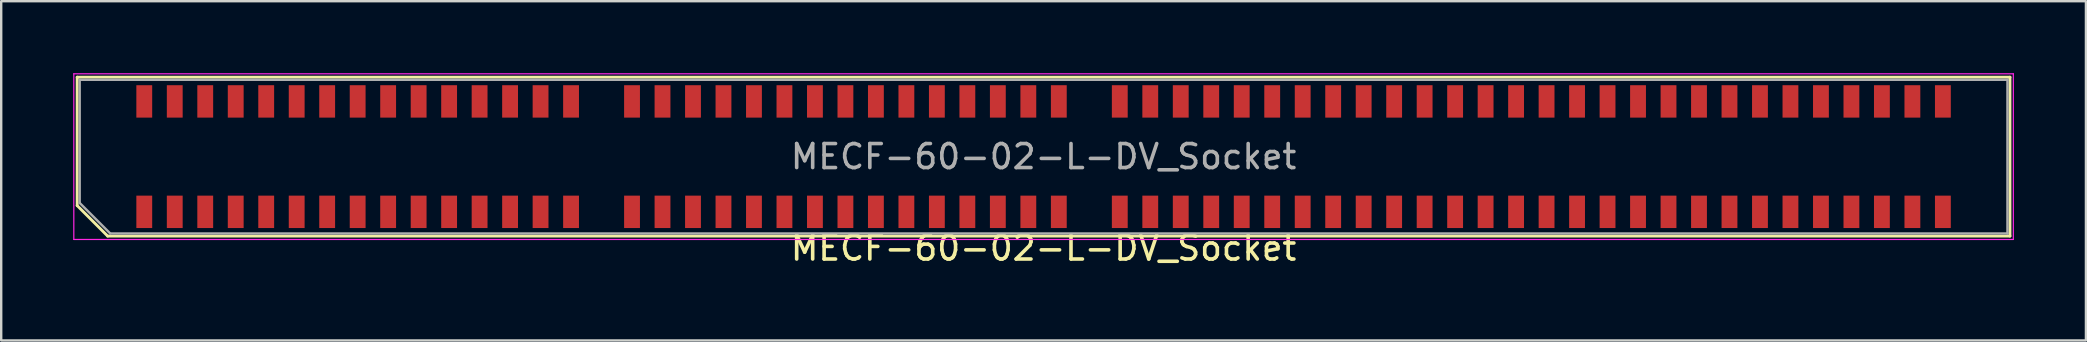
<source format=kicad_pcb>
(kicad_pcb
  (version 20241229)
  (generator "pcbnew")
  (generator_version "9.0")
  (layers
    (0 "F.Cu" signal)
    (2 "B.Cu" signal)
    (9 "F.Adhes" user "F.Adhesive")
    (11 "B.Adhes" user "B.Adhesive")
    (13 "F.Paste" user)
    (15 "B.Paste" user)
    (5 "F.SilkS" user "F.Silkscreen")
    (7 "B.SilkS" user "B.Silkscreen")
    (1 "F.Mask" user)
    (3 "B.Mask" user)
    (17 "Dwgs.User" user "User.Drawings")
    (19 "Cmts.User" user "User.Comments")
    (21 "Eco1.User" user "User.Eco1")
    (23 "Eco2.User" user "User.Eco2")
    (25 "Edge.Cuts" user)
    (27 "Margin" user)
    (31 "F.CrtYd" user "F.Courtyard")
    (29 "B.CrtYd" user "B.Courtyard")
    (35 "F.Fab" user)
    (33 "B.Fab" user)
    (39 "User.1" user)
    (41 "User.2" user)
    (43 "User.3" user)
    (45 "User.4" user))
  (footprint "MECF-60-02-L-DV_Socket"
    (layer "F.Cu")
    (at 40.425 3.475)
    (property "Reference" "MECF-60-02-L-DV_Socket" (at 0 3.81 0) (layer "F.SilkS") (effects (font (size 1 1) (thickness 0.15))))
    (attr smd)
    (fp_line (start -40.26 -3.31) (end 40.26 -3.31) (stroke (width 0.12) (type solid)) (layer "F.SilkS"))
    (fp_line (start -40.26 2.04) (end -40.26 -3.31) (stroke (width 0.12) (type solid)) (layer "F.SilkS"))
    (fp_line (start -38.99 3.31) (end -40.26 2.04) (stroke (width 0.12) (type solid)) (layer "F.SilkS"))
    (fp_line (start -38.99 3.31) (end 40.26 3.31) (stroke (width 0.12) (type solid)) (layer "F.SilkS"))
    (fp_line (start 40.26 3.31) (end 40.26 -3.31) (stroke (width 0.12) (type solid)) (layer "F.SilkS"))
    (fp_line (start -40.4 -3.45) (end -40.4 3.45) (stroke (width 0.05) (type solid)) (layer "F.CrtYd"))
    (fp_line (start -40.4 3.45) (end 40.4 3.45) (stroke (width 0.05) (type solid)) (layer "F.CrtYd"))
    (fp_line (start 40.4 -3.45) (end -40.4 -3.45) (stroke (width 0.05) (type solid)) (layer "F.CrtYd"))
    (fp_line (start 40.4 3.45) (end 40.4 -3.45) (stroke (width 0.05) (type solid)) (layer "F.CrtYd"))
    (fp_line (start -40.155 -3.2) (end 40.155 -3.2) (stroke (width 0.1) (type solid)) (layer "F.Fab"))
    (fp_line (start -40.155 1.93) (end -40.155 -3.2) (stroke (width 0.1) (type solid)) (layer "F.Fab"))
    (fp_line (start -40.155 1.93) (end -38.885 3.2) (stroke (width 0.1) (type solid)) (layer "F.Fab"))
    (fp_line (start -38.885 3.2) (end 40.155 3.2) (stroke (width 0.1) (type solid)) (layer "F.Fab"))
    (fp_line (start 40.155 3.2) (end 40.155 -3.2) (stroke (width 0.1) (type solid)) (layer "F.Fab"))
    (fp_text user "${REFERENCE}" (at 0 0 0) (layer "F.Fab") (effects (font (size 1 1) (thickness 0.15))))
    (pad "" np_thru_hole circle (at -39.245 0) (size 0.001 0.001) (drill 1.45) (layers "*.Cu" "*.Mask"))
    (pad "" np_thru_hole circle (at 39.245 1) (size 0.001 0.001) (drill 1.45) (layers "*.Cu" "*.Mask"))
    (pad "1" smd rect (at -37.465 2.3) (size 0.66 1.35) (layers "F.Cu" "F.Mask" "F.Paste"))
    (pad "2" smd rect (at -37.465 -2.3) (size 0.66 1.35) (layers "F.Cu" "F.Mask" "F.Paste"))
    (pad "3" smd rect (at -36.195 2.3) (size 0.66 1.35) (layers "F.Cu" "F.Mask" "F.Paste"))
    (pad "4" smd rect (at -36.195 -2.3) (size 0.66 1.35) (layers "F.Cu" "F.Mask" "F.Paste"))
    (pad "5" smd rect (at -34.925 2.3) (size 0.66 1.35) (layers "F.Cu" "F.Mask" "F.Paste"))
    (pad "6" smd rect (at -34.925 -2.3) (size 0.66 1.35) (layers "F.Cu" "F.Mask" "F.Paste"))
    (pad "7" smd rect (at -33.655 2.3) (size 0.66 1.35) (layers "F.Cu" "F.Mask" "F.Paste"))
    (pad "8" smd rect (at -33.655 -2.3) (size 0.66 1.35) (layers "F.Cu" "F.Mask" "F.Paste"))
    (pad "9" smd rect (at -32.385 2.3) (size 0.66 1.35) (layers "F.Cu" "F.Mask" "F.Paste"))
    (pad "10" smd rect (at -32.385 -2.3) (size 0.66 1.35) (layers "F.Cu" "F.Mask" "F.Paste"))
    (pad "11" smd rect (at -31.115 2.3) (size 0.66 1.35) (layers "F.Cu" "F.Mask" "F.Paste"))
    (pad "12" smd rect (at -31.115 -2.3) (size 0.66 1.35) (layers "F.Cu" "F.Mask" "F.Paste"))
    (pad "13" smd rect (at -29.845 2.3) (size 0.66 1.35) (layers "F.Cu" "F.Mask" "F.Paste"))
    (pad "14" smd rect (at -29.845 -2.3) (size 0.66 1.35) (layers "F.Cu" "F.Mask" "F.Paste"))
    (pad "15" smd rect (at -28.575 2.3) (size 0.66 1.35) (layers "F.Cu" "F.Mask" "F.Paste"))
    (pad "16" smd rect (at -28.575 -2.3) (size 0.66 1.35) (layers "F.Cu" "F.Mask" "F.Paste"))
    (pad "17" smd rect (at -27.305 2.3) (size 0.66 1.35) (layers "F.Cu" "F.Mask" "F.Paste"))
    (pad "18" smd rect (at -27.305 -2.3) (size 0.66 1.35) (layers "F.Cu" "F.Mask" "F.Paste"))
    (pad "19" smd rect (at -26.035 2.3) (size 0.66 1.35) (layers "F.Cu" "F.Mask" "F.Paste"))
    (pad "20" smd rect (at -26.035 -2.3) (size 0.66 1.35) (layers "F.Cu" "F.Mask" "F.Paste"))
    (pad "21" smd rect (at -24.765 2.3) (size 0.66 1.35) (layers "F.Cu" "F.Mask" "F.Paste"))
    (pad "22" smd rect (at -24.765 -2.3) (size 0.66 1.35) (layers "F.Cu" "F.Mask" "F.Paste"))
    (pad "23" smd rect (at -23.495 2.3) (size 0.66 1.35) (layers "F.Cu" "F.Mask" "F.Paste"))
    (pad "24" smd rect (at -23.495 -2.3) (size 0.66 1.35) (layers "F.Cu" "F.Mask" "F.Paste"))
    (pad "25" smd rect (at -22.225 2.3) (size 0.66 1.35) (layers "F.Cu" "F.Mask" "F.Paste"))
    (pad "26" smd rect (at -22.225 -2.3) (size 0.66 1.35) (layers "F.Cu" "F.Mask" "F.Paste"))
    (pad "27" smd rect (at -20.955 2.3) (size 0.66 1.35) (layers "F.Cu" "F.Mask" "F.Paste"))
    (pad "28" smd rect (at -20.955 -2.3) (size 0.66 1.35) (layers "F.Cu" "F.Mask" "F.Paste"))
    (pad "29" smd rect (at -19.685 2.3) (size 0.66 1.35) (layers "F.Cu" "F.Mask" "F.Paste"))
    (pad "30" smd rect (at -19.685 -2.3) (size 0.66 1.35) (layers "F.Cu" "F.Mask" "F.Paste"))
    (pad "33" smd rect (at -17.145 2.3) (size 0.66 1.35) (layers "F.Cu" "F.Mask" "F.Paste"))
    (pad "34" smd rect (at -17.145 -2.3) (size 0.66 1.35) (layers "F.Cu" "F.Mask" "F.Paste"))
    (pad "35" smd rect (at -15.875 2.3) (size 0.66 1.35) (layers "F.Cu" "F.Mask" "F.Paste"))
    (pad "36" smd rect (at -15.875 -2.3) (size 0.66 1.35) (layers "F.Cu" "F.Mask" "F.Paste"))
    (pad "37" smd rect (at -14.605 2.3) (size 0.66 1.35) (layers "F.Cu" "F.Mask" "F.Paste"))
    (pad "38" smd rect (at -14.605 -2.3) (size 0.66 1.35) (layers "F.Cu" "F.Mask" "F.Paste"))
    (pad "39" smd rect (at -13.335 2.3) (size 0.66 1.35) (layers "F.Cu" "F.Mask" "F.Paste"))
    (pad "40" smd rect (at -13.335 -2.3) (size 0.66 1.35) (layers "F.Cu" "F.Mask" "F.Paste"))
    (pad "41" smd rect (at -12.065 2.3) (size 0.66 1.35) (layers "F.Cu" "F.Mask" "F.Paste"))
    (pad "42" smd rect (at -12.065 -2.3) (size 0.66 1.35) (layers "F.Cu" "F.Mask" "F.Paste"))
    (pad "43" smd rect (at -10.795 2.3) (size 0.66 1.35) (layers "F.Cu" "F.Mask" "F.Paste"))
    (pad "44" smd rect (at -10.795 -2.3) (size 0.66 1.35) (layers "F.Cu" "F.Mask" "F.Paste"))
    (pad "45" smd rect (at -9.525 2.3) (size 0.66 1.35) (layers "F.Cu" "F.Mask" "F.Paste"))
    (pad "46" smd rect (at -9.525 -2.3) (size 0.66 1.35) (layers "F.Cu" "F.Mask" "F.Paste"))
    (pad "47" smd rect (at -8.255 2.3) (size 0.66 1.35) (layers "F.Cu" "F.Mask" "F.Paste"))
    (pad "48" smd rect (at -8.255 -2.3) (size 0.66 1.35) (layers "F.Cu" "F.Mask" "F.Paste"))
    (pad "49" smd rect (at -6.985 2.3) (size 0.66 1.35) (layers "F.Cu" "F.Mask" "F.Paste"))
    (pad "50" smd rect (at -6.985 -2.3) (size 0.66 1.35) (layers "F.Cu" "F.Mask" "F.Paste"))
    (pad "51" smd rect (at -5.715 2.3) (size 0.66 1.35) (layers "F.Cu" "F.Mask" "F.Paste"))
    (pad "52" smd rect (at -5.715 -2.3) (size 0.66 1.35) (layers "F.Cu" "F.Mask" "F.Paste"))
    (pad "53" smd rect (at -4.445 2.3) (size 0.66 1.35) (layers "F.Cu" "F.Mask" "F.Paste"))
    (pad "54" smd rect (at -4.445 -2.3) (size 0.66 1.35) (layers "F.Cu" "F.Mask" "F.Paste"))
    (pad "55" smd rect (at -3.175 2.3) (size 0.66 1.35) (layers "F.Cu" "F.Mask" "F.Paste"))
    (pad "56" smd rect (at -3.175 -2.3) (size 0.66 1.35) (layers "F.Cu" "F.Mask" "F.Paste"))
    (pad "57" smd rect (at -1.905 2.3) (size 0.66 1.35) (layers "F.Cu" "F.Mask" "F.Paste"))
    (pad "58" smd rect (at -1.905 -2.3) (size 0.66 1.35) (layers "F.Cu" "F.Mask" "F.Paste"))
    (pad "59" smd rect (at -0.635 2.3) (size 0.66 1.35) (layers "F.Cu" "F.Mask" "F.Paste"))
    (pad "60" smd rect (at -0.635 -2.3) (size 0.66 1.35) (layers "F.Cu" "F.Mask" "F.Paste"))
    (pad "61" smd rect (at 0.635 2.3) (size 0.66 1.35) (layers "F.Cu" "F.Mask" "F.Paste"))
    (pad "62" smd rect (at 0.635 -2.3) (size 0.66 1.35) (layers "F.Cu" "F.Mask" "F.Paste"))
    (pad "65" smd rect (at 3.175 2.3) (size 0.66 1.35) (layers "F.Cu" "F.Mask" "F.Paste"))
    (pad "66" smd rect (at 3.175 -2.3) (size 0.66 1.35) (layers "F.Cu" "F.Mask" "F.Paste"))
    (pad "67" smd rect (at 4.445 2.3) (size 0.66 1.35) (layers "F.Cu" "F.Mask" "F.Paste"))
    (pad "68" smd rect (at 4.445 -2.3) (size 0.66 1.35) (layers "F.Cu" "F.Mask" "F.Paste"))
    (pad "69" smd rect (at 5.715 2.3) (size 0.66 1.35) (layers "F.Cu" "F.Mask" "F.Paste"))
    (pad "70" smd rect (at 5.715 -2.3) (size 0.66 1.35) (layers "F.Cu" "F.Mask" "F.Paste"))
    (pad "71" smd rect (at 6.985 2.3) (size 0.66 1.35) (layers "F.Cu" "F.Mask" "F.Paste"))
    (pad "72" smd rect (at 6.985 -2.3) (size 0.66 1.35) (layers "F.Cu" "F.Mask" "F.Paste"))
    (pad "73" smd rect (at 8.255 2.3) (size 0.66 1.35) (layers "F.Cu" "F.Mask" "F.Paste"))
    (pad "74" smd rect (at 8.255 -2.3) (size 0.66 1.35) (layers "F.Cu" "F.Mask" "F.Paste"))
    (pad "75" smd rect (at 9.525 2.3) (size 0.66 1.35) (layers "F.Cu" "F.Mask" "F.Paste"))
    (pad "76" smd rect (at 9.525 -2.3) (size 0.66 1.35) (layers "F.Cu" "F.Mask" "F.Paste"))
    (pad "77" smd rect (at 10.795 2.3) (size 0.66 1.35) (layers "F.Cu" "F.Mask" "F.Paste"))
    (pad "78" smd rect (at 10.795 -2.3) (size 0.66 1.35) (layers "F.Cu" "F.Mask" "F.Paste"))
    (pad "79" smd rect (at 12.065 2.3) (size 0.66 1.35) (layers "F.Cu" "F.Mask" "F.Paste"))
    (pad "80" smd rect (at 12.065 -2.3) (size 0.66 1.35) (layers "F.Cu" "F.Mask" "F.Paste"))
    (pad "81" smd rect (at 13.335 2.3) (size 0.66 1.35) (layers "F.Cu" "F.Mask" "F.Paste"))
    (pad "82" smd rect (at 13.335 -2.3) (size 0.66 1.35) (layers "F.Cu" "F.Mask" "F.Paste"))
    (pad "83" smd rect (at 14.605 2.3) (size 0.66 1.35) (layers "F.Cu" "F.Mask" "F.Paste"))
    (pad "84" smd rect (at 14.605 -2.3) (size 0.66 1.35) (layers "F.Cu" "F.Mask" "F.Paste"))
    (pad "85" smd rect (at 15.875 2.3) (size 0.66 1.35) (layers "F.Cu" "F.Mask" "F.Paste"))
    (pad "86" smd rect (at 15.875 -2.3) (size 0.66 1.35) (layers "F.Cu" "F.Mask" "F.Paste"))
    (pad "87" smd rect (at 17.145 2.3) (size 0.66 1.35) (layers "F.Cu" "F.Mask" "F.Paste"))
    (pad "88" smd rect (at 17.145 -2.3) (size 0.66 1.35) (layers "F.Cu" "F.Mask" "F.Paste"))
    (pad "89" smd rect (at 18.415 2.3) (size 0.66 1.35) (layers "F.Cu" "F.Mask" "F.Paste"))
    (pad "90" smd rect (at 18.415 -2.3) (size 0.66 1.35) (layers "F.Cu" "F.Mask" "F.Paste"))
    (pad "91" smd rect (at 19.685 2.3) (size 0.66 1.35) (layers "F.Cu" "F.Mask" "F.Paste"))
    (pad "92" smd rect (at 19.685 -2.3) (size 0.66 1.35) (layers "F.Cu" "F.Mask" "F.Paste"))
    (pad "93" smd rect (at 20.955 2.3) (size 0.66 1.35) (layers "F.Cu" "F.Mask" "F.Paste"))
    (pad "94" smd rect (at 20.955 -2.3) (size 0.66 1.35) (layers "F.Cu" "F.Mask" "F.Paste"))
    (pad "95" smd rect (at 22.225 2.3) (size 0.66 1.35) (layers "F.Cu" "F.Mask" "F.Paste"))
    (pad "96" smd rect (at 22.225 -2.3) (size 0.66 1.35) (layers "F.Cu" "F.Mask" "F.Paste"))
    (pad "97" smd rect (at 23.495 2.3) (size 0.66 1.35) (layers "F.Cu" "F.Mask" "F.Paste"))
    (pad "98" smd rect (at 23.495 -2.3) (size 0.66 1.35) (layers "F.Cu" "F.Mask" "F.Paste"))
    (pad "99" smd rect (at 24.765 2.3) (size 0.66 1.35) (layers "F.Cu" "F.Mask" "F.Paste"))
    (pad "100" smd rect (at 24.765 -2.3) (size 0.66 1.35) (layers "F.Cu" "F.Mask" "F.Paste"))
    (pad "101" smd rect (at 26.035 2.3) (size 0.66 1.35) (layers "F.Cu" "F.Mask" "F.Paste"))
    (pad "102" smd rect (at 26.035 -2.3) (size 0.66 1.35) (layers "F.Cu" "F.Mask" "F.Paste"))
    (pad "103" smd rect (at 27.305 2.3) (size 0.66 1.35) (layers "F.Cu" "F.Mask" "F.Paste"))
    (pad "104" smd rect (at 27.305 -2.3) (size 0.66 1.35) (layers "F.Cu" "F.Mask" "F.Paste"))
    (pad "105" smd rect (at 28.575 2.3) (size 0.66 1.35) (layers "F.Cu" "F.Mask" "F.Paste"))
    (pad "106" smd rect (at 28.575 -2.3) (size 0.66 1.35) (layers "F.Cu" "F.Mask" "F.Paste"))
    (pad "107" smd rect (at 29.845 2.3) (size 0.66 1.35) (layers "F.Cu" "F.Mask" "F.Paste"))
    (pad "108" smd rect (at 29.845 -2.3) (size 0.66 1.35) (layers "F.Cu" "F.Mask" "F.Paste"))
    (pad "109" smd rect (at 31.115 2.3) (size 0.66 1.35) (layers "F.Cu" "F.Mask" "F.Paste"))
    (pad "110" smd rect (at 31.115 -2.3) (size 0.66 1.35) (layers "F.Cu" "F.Mask" "F.Paste"))
    (pad "111" smd rect (at 32.385 2.3) (size 0.66 1.35) (layers "F.Cu" "F.Mask" "F.Paste"))
    (pad "112" smd rect (at 32.385 -2.3) (size 0.66 1.35) (layers "F.Cu" "F.Mask" "F.Paste"))
    (pad "113" smd rect (at 33.655 2.3) (size 0.66 1.35) (layers "F.Cu" "F.Mask" "F.Paste"))
    (pad "114" smd rect (at 33.655 -2.3) (size 0.66 1.35) (layers "F.Cu" "F.Mask" "F.Paste"))
    (pad "115" smd rect (at 34.925 2.3) (size 0.66 1.35) (layers "F.Cu" "F.Mask" "F.Paste"))
    (pad "116" smd rect (at 34.925 -2.3) (size 0.66 1.35) (layers "F.Cu" "F.Mask" "F.Paste"))
    (pad "117" smd rect (at 36.195 2.3) (size 0.66 1.35) (layers "F.Cu" "F.Mask" "F.Paste"))
    (pad "118" smd rect (at 36.195 -2.3) (size 0.66 1.35) (layers "F.Cu" "F.Mask" "F.Paste"))
    (pad "119" smd rect (at 37.465 2.3) (size 0.66 1.35) (layers "F.Cu" "F.Mask" "F.Paste"))
    (pad "120" smd rect (at 37.465 -2.3) (size 0.66 1.35) (layers "F.Cu" "F.Mask" "F.Paste")))
  (gr_rect
    (start -3 -3)
    (end 83.85 11.133)
    (stroke (width 0.1) (type default))
    (fill no)
    (layer "Edge.Cuts")))
</source>
